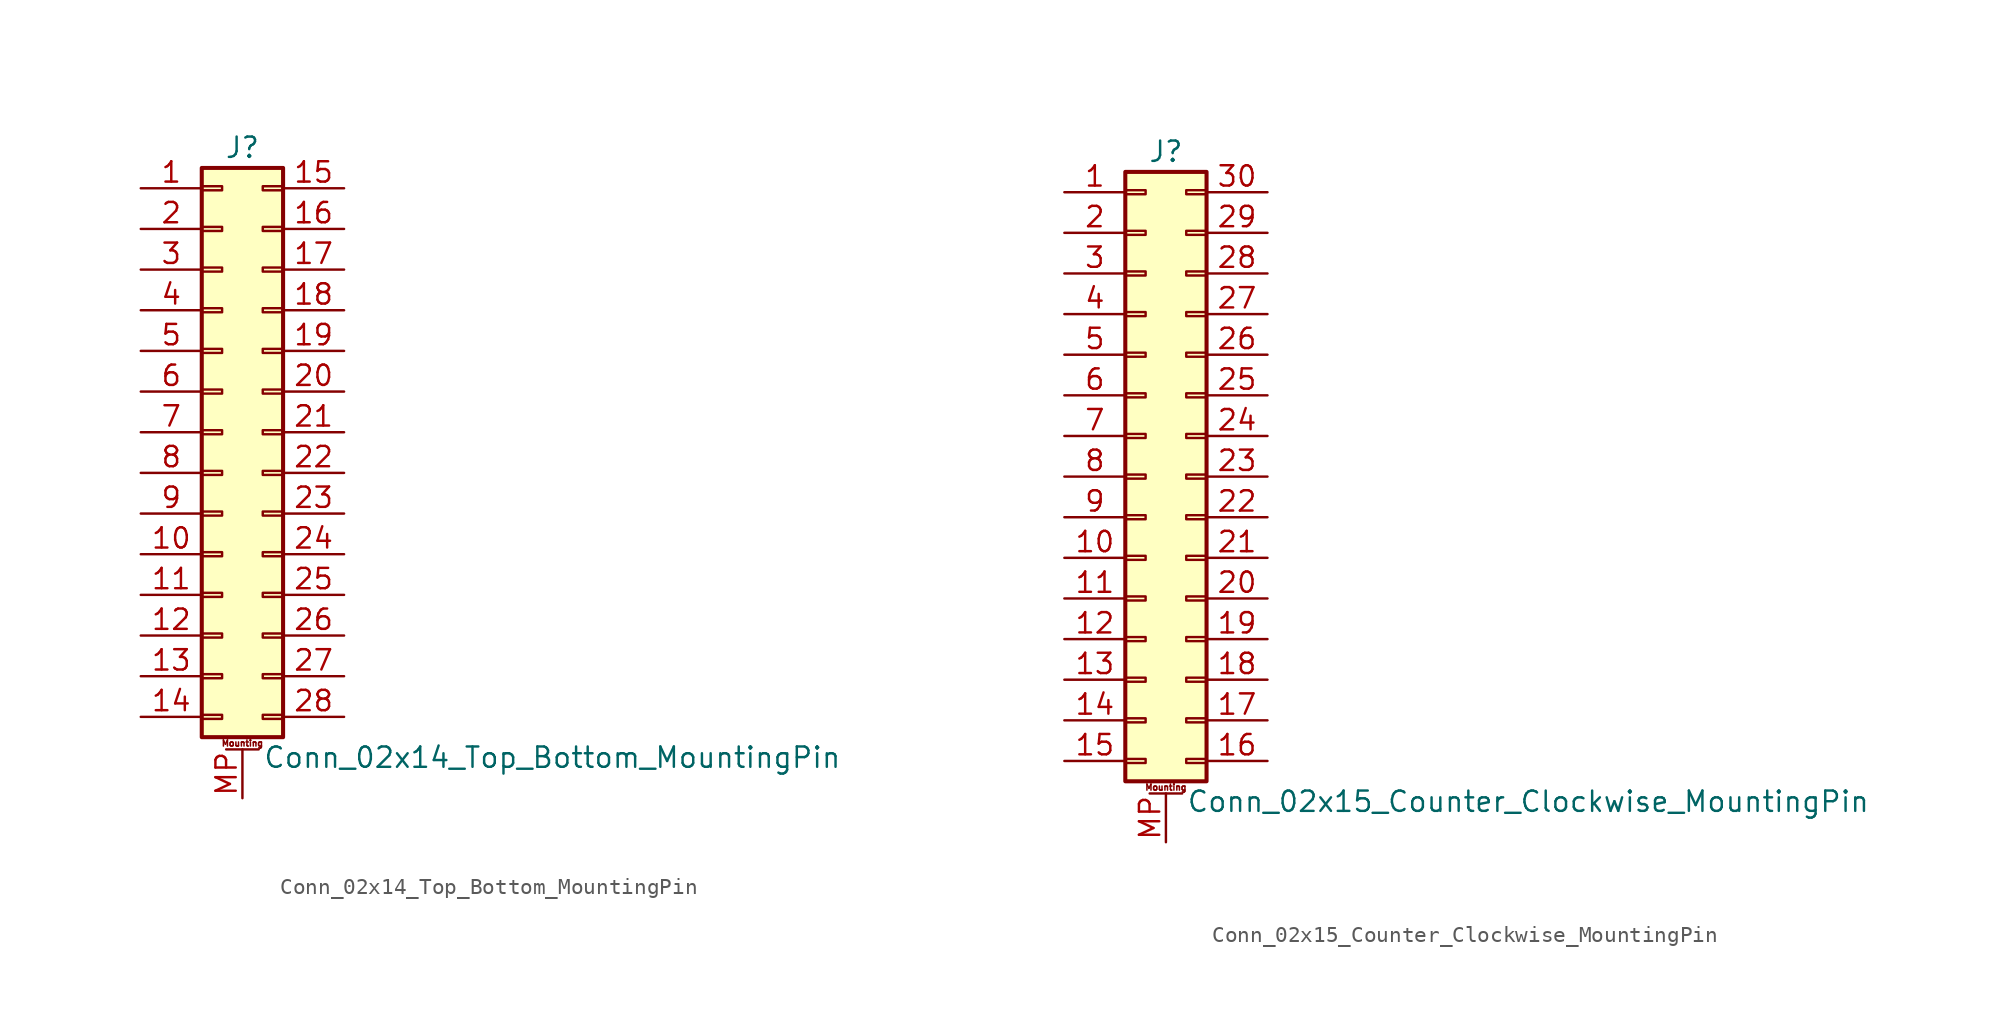
<source format=kicad_sym>
(kicad_symbol_lib
  (version 20211014)
  (generator kicad_symbol_editor)
  (symbol "Conn_02x14_Top_Bottom_MountingPin"
    (pin_names
      (offset 1.016) hide)
    (property "Reference" "J"
      (at 1.27 17.78 0)
      (effects (font (size 1.27 1.27))))
    (property "Value" "Conn_02x14_Top_Bottom_MountingPin"
      (at 2.54 -20.32 0)
      (effects (font (size 1.27 1.27)) (justify left)))
    (symbol "Conn_02x14_Top_Bottom_MountingPin_1_1"
      (rectangle (start -1.27 -17.653) (end 0 -17.907) (stroke (width 0.152) (type default) (color 0 0 0 0)) (fill (type none)))
      (rectangle (start -1.27 -15.113) (end 0 -15.367) (stroke (width 0.152) (type default) (color 0 0 0 0)) (fill (type none)))
      (rectangle (start -1.27 -12.573) (end 0 -12.827) (stroke (width 0.152) (type default) (color 0 0 0 0)) (fill (type none)))
      (rectangle (start -1.27 -10.033) (end 0 -10.287) (stroke (width 0.152) (type default) (color 0 0 0 0)) (fill (type none)))
      (rectangle (start -1.27 -7.493) (end 0 -7.747) (stroke (width 0.152) (type default) (color 0 0 0 0)) (fill (type none)))
      (rectangle (start -1.27 -4.953) (end 0 -5.207) (stroke (width 0.152) (type default) (color 0 0 0 0)) (fill (type none)))
      (rectangle (start -1.27 -2.413) (end 0 -2.667) (stroke (width 0.152) (type default) (color 0 0 0 0)) (fill (type none)))
      (rectangle (start -1.27 0.127) (end 0 -0.127) (stroke (width 0.152) (type default) (color 0 0 0 0)) (fill (type none)))
      (rectangle (start -1.27 2.667) (end 0 2.413) (stroke (width 0.152) (type default) (color 0 0 0 0)) (fill (type none)))
      (rectangle (start -1.27 5.207) (end 0 4.953) (stroke (width 0.152) (type default) (color 0 0 0 0)) (fill (type none)))
      (rectangle (start -1.27 7.747) (end 0 7.493) (stroke (width 0.152) (type default) (color 0 0 0 0)) (fill (type none)))
      (rectangle (start -1.27 10.287) (end 0 10.033) (stroke (width 0.152) (type default) (color 0 0 0 0)) (fill (type none)))
      (rectangle (start -1.27 12.827) (end 0 12.573) (stroke (width 0.152) (type default) (color 0 0 0 0)) (fill (type none)))
      (rectangle (start -1.27 15.367) (end 0 15.113) (stroke (width 0.152) (type default) (color 0 0 0 0)) (fill (type none)))
      (rectangle (start -1.27 16.51) (end 3.81 -19.05) (stroke (width 0.254) (type default) (color 0 0 0 0)) (fill (type background)))
      (polyline (pts (xy 0.254 -19.812) (xy 2.286 -19.812)) (stroke (width 0.152) (type default) (color 0 0 0 0)) (fill (type none)))
      (rectangle (start 3.81 -17.653) (end 2.54 -17.907) (stroke (width 0.152) (type default) (color 0 0 0 0)) (fill (type none)))
      (rectangle (start 3.81 -15.113) (end 2.54 -15.367) (stroke (width 0.152) (type default) (color 0 0 0 0)) (fill (type none)))
      (rectangle (start 3.81 -12.573) (end 2.54 -12.827) (stroke (width 0.152) (type default) (color 0 0 0 0)) (fill (type none)))
      (rectangle (start 3.81 -10.033) (end 2.54 -10.287) (stroke (width 0.152) (type default) (color 0 0 0 0)) (fill (type none)))
      (rectangle (start 3.81 -7.493) (end 2.54 -7.747) (stroke (width 0.152) (type default) (color 0 0 0 0)) (fill (type none)))
      (rectangle (start 3.81 -4.953) (end 2.54 -5.207) (stroke (width 0.152) (type default) (color 0 0 0 0)) (fill (type none)))
      (rectangle (start 3.81 -2.413) (end 2.54 -2.667) (stroke (width 0.152) (type default) (color 0 0 0 0)) (fill (type none)))
      (rectangle (start 3.81 0.127) (end 2.54 -0.127) (stroke (width 0.152) (type default) (color 0 0 0 0)) (fill (type none)))
      (rectangle (start 3.81 2.667) (end 2.54 2.413) (stroke (width 0.152) (type default) (color 0 0 0 0)) (fill (type none)))
      (rectangle (start 3.81 5.207) (end 2.54 4.953) (stroke (width 0.152) (type default) (color 0 0 0 0)) (fill (type none)))
      (rectangle (start 3.81 7.747) (end 2.54 7.493) (stroke (width 0.152) (type default) (color 0 0 0 0)) (fill (type none)))
      (rectangle (start 3.81 10.287) (end 2.54 10.033) (stroke (width 0.152) (type default) (color 0 0 0 0)) (fill (type none)))
      (rectangle (start 3.81 12.827) (end 2.54 12.573) (stroke (width 0.152) (type default) (color 0 0 0 0)) (fill (type none)))
      (rectangle (start 3.81 15.367) (end 2.54 15.113) (stroke (width 0.152) (type default) (color 0 0 0 0)) (fill (type none)))
      (text "Mounting" (at 1.27 -19.431 0) (effects (font (size 0.381 0.381))))
      (pin passive line (at -5.08 15.24 0) (length 3.81) (name "Pin_1" (effects (font (size 1.27 1.27)))) (number "1" (effects (font (size 1.27 1.27)))))
      (pin passive line (at -5.08 -7.62 0) (length 3.81) (name "Pin_10" (effects (font (size 1.27 1.27)))) (number "10" (effects (font (size 1.27 1.27)))))
      (pin passive line (at -5.08 -10.16 0) (length 3.81) (name "Pin_11" (effects (font (size 1.27 1.27)))) (number "11" (effects (font (size 1.27 1.27)))))
      (pin passive line (at -5.08 -12.7 0) (length 3.81) (name "Pin_12" (effects (font (size 1.27 1.27)))) (number "12" (effects (font (size 1.27 1.27)))))
      (pin passive line (at -5.08 -15.24 0) (length 3.81) (name "Pin_13" (effects (font (size 1.27 1.27)))) (number "13" (effects (font (size 1.27 1.27)))))
      (pin passive line (at -5.08 -17.78 0) (length 3.81) (name "Pin_14" (effects (font (size 1.27 1.27)))) (number "14" (effects (font (size 1.27 1.27)))))
      (pin passive line (at 7.62 15.24 180) (length 3.81) (name "Pin_15" (effects (font (size 1.27 1.27)))) (number "15" (effects (font (size 1.27 1.27)))))
      (pin passive line (at 7.62 12.7 180) (length 3.81) (name "Pin_16" (effects (font (size 1.27 1.27)))) (number "16" (effects (font (size 1.27 1.27)))))
      (pin passive line (at 7.62 10.16 180) (length 3.81) (name "Pin_17" (effects (font (size 1.27 1.27)))) (number "17" (effects (font (size 1.27 1.27)))))
      (pin passive line (at 7.62 7.62 180) (length 3.81) (name "Pin_18" (effects (font (size 1.27 1.27)))) (number "18" (effects (font (size 1.27 1.27)))))
      (pin passive line (at 7.62 5.08 180) (length 3.81) (name "Pin_19" (effects (font (size 1.27 1.27)))) (number "19" (effects (font (size 1.27 1.27)))))
      (pin passive line (at -5.08 12.7 0) (length 3.81) (name "Pin_2" (effects (font (size 1.27 1.27)))) (number "2" (effects (font (size 1.27 1.27)))))
      (pin passive line (at 7.62 2.54 180) (length 3.81) (name "Pin_20" (effects (font (size 1.27 1.27)))) (number "20" (effects (font (size 1.27 1.27)))))
      (pin passive line (at 7.62 0 180) (length 3.81) (name "Pin_21" (effects (font (size 1.27 1.27)))) (number "21" (effects (font (size 1.27 1.27)))))
      (pin passive line (at 7.62 -2.54 180) (length 3.81) (name "Pin_22" (effects (font (size 1.27 1.27)))) (number "22" (effects (font (size 1.27 1.27)))))
      (pin passive line (at 7.62 -5.08 180) (length 3.81) (name "Pin_23" (effects (font (size 1.27 1.27)))) (number "23" (effects (font (size 1.27 1.27)))))
      (pin passive line (at 7.62 -7.62 180) (length 3.81) (name "Pin_24" (effects (font (size 1.27 1.27)))) (number "24" (effects (font (size 1.27 1.27)))))
      (pin passive line (at 7.62 -10.16 180) (length 3.81) (name "Pin_25" (effects (font (size 1.27 1.27)))) (number "25" (effects (font (size 1.27 1.27)))))
      (pin passive line (at 7.62 -12.7 180) (length 3.81) (name "Pin_26" (effects (font (size 1.27 1.27)))) (number "26" (effects (font (size 1.27 1.27)))))
      (pin passive line (at 7.62 -15.24 180) (length 3.81) (name "Pin_27" (effects (font (size 1.27 1.27)))) (number "27" (effects (font (size 1.27 1.27)))))
      (pin passive line (at 7.62 -17.78 180) (length 3.81) (name "Pin_28" (effects (font (size 1.27 1.27)))) (number "28" (effects (font (size 1.27 1.27)))))
      (pin passive line (at -5.08 10.16 0) (length 3.81) (name "Pin_3" (effects (font (size 1.27 1.27)))) (number "3" (effects (font (size 1.27 1.27)))))
      (pin passive line (at -5.08 7.62 0) (length 3.81) (name "Pin_4" (effects (font (size 1.27 1.27)))) (number "4" (effects (font (size 1.27 1.27)))))
      (pin passive line (at -5.08 5.08 0) (length 3.81) (name "Pin_5" (effects (font (size 1.27 1.27)))) (number "5" (effects (font (size 1.27 1.27)))))
      (pin passive line (at -5.08 2.54 0) (length 3.81) (name "Pin_6" (effects (font (size 1.27 1.27)))) (number "6" (effects (font (size 1.27 1.27)))))
      (pin passive line (at -5.08 0 0) (length 3.81) (name "Pin_7" (effects (font (size 1.27 1.27)))) (number "7" (effects (font (size 1.27 1.27)))))
      (pin passive line (at -5.08 -2.54 0) (length 3.81) (name "Pin_8" (effects (font (size 1.27 1.27)))) (number "8" (effects (font (size 1.27 1.27)))))
      (pin passive line (at -5.08 -5.08 0) (length 3.81) (name "Pin_9" (effects (font (size 1.27 1.27)))) (number "9" (effects (font (size 1.27 1.27)))))
      (pin passive line (at 1.27 -22.86 90) (length 3.048) (name "MountPin" (effects (font (size 1.27 1.27)))) (number "MP" (effects (font (size 1.27 1.27)))))))
  (symbol "Conn_02x15_Counter_Clockwise_MountingPin"
    (pin_names
      (offset 1.016) hide)
    (property "Reference" "J"
      (at 1.27 20.32 0)
      (effects (font (size 1.27 1.27))))
    (property "Value" "Conn_02x15_Counter_Clockwise_MountingPin"
      (at 2.54 -20.32 0)
      (effects (font (size 1.27 1.27)) (justify left)))
    (symbol "Conn_02x15_Counter_Clockwise_MountingPin_1_1"
      (rectangle (start -1.27 -17.653) (end 0 -17.907) (stroke (width 0.152) (type default) (color 0 0 0 0)) (fill (type none)))
      (rectangle (start -1.27 -15.113) (end 0 -15.367) (stroke (width 0.152) (type default) (color 0 0 0 0)) (fill (type none)))
      (rectangle (start -1.27 -12.573) (end 0 -12.827) (stroke (width 0.152) (type default) (color 0 0 0 0)) (fill (type none)))
      (rectangle (start -1.27 -10.033) (end 0 -10.287) (stroke (width 0.152) (type default) (color 0 0 0 0)) (fill (type none)))
      (rectangle (start -1.27 -7.493) (end 0 -7.747) (stroke (width 0.152) (type default) (color 0 0 0 0)) (fill (type none)))
      (rectangle (start -1.27 -4.953) (end 0 -5.207) (stroke (width 0.152) (type default) (color 0 0 0 0)) (fill (type none)))
      (rectangle (start -1.27 -2.413) (end 0 -2.667) (stroke (width 0.152) (type default) (color 0 0 0 0)) (fill (type none)))
      (rectangle (start -1.27 0.127) (end 0 -0.127) (stroke (width 0.152) (type default) (color 0 0 0 0)) (fill (type none)))
      (rectangle (start -1.27 2.667) (end 0 2.413) (stroke (width 0.152) (type default) (color 0 0 0 0)) (fill (type none)))
      (rectangle (start -1.27 5.207) (end 0 4.953) (stroke (width 0.152) (type default) (color 0 0 0 0)) (fill (type none)))
      (rectangle (start -1.27 7.747) (end 0 7.493) (stroke (width 0.152) (type default) (color 0 0 0 0)) (fill (type none)))
      (rectangle (start -1.27 10.287) (end 0 10.033) (stroke (width 0.152) (type default) (color 0 0 0 0)) (fill (type none)))
      (rectangle (start -1.27 12.827) (end 0 12.573) (stroke (width 0.152) (type default) (color 0 0 0 0)) (fill (type none)))
      (rectangle (start -1.27 15.367) (end 0 15.113) (stroke (width 0.152) (type default) (color 0 0 0 0)) (fill (type none)))
      (rectangle (start -1.27 17.907) (end 0 17.653) (stroke (width 0.152) (type default) (color 0 0 0 0)) (fill (type none)))
      (rectangle (start -1.27 19.05) (end 3.81 -19.05) (stroke (width 0.254) (type default) (color 0 0 0 0)) (fill (type background)))
      (polyline (pts (xy 0.254 -19.812) (xy 2.286 -19.812)) (stroke (width 0.152) (type default) (color 0 0 0 0)) (fill (type none)))
      (rectangle (start 3.81 -17.653) (end 2.54 -17.907) (stroke (width 0.152) (type default) (color 0 0 0 0)) (fill (type none)))
      (rectangle (start 3.81 -15.113) (end 2.54 -15.367) (stroke (width 0.152) (type default) (color 0 0 0 0)) (fill (type none)))
      (rectangle (start 3.81 -12.573) (end 2.54 -12.827) (stroke (width 0.152) (type default) (color 0 0 0 0)) (fill (type none)))
      (rectangle (start 3.81 -10.033) (end 2.54 -10.287) (stroke (width 0.152) (type default) (color 0 0 0 0)) (fill (type none)))
      (rectangle (start 3.81 -7.493) (end 2.54 -7.747) (stroke (width 0.152) (type default) (color 0 0 0 0)) (fill (type none)))
      (rectangle (start 3.81 -4.953) (end 2.54 -5.207) (stroke (width 0.152) (type default) (color 0 0 0 0)) (fill (type none)))
      (rectangle (start 3.81 -2.413) (end 2.54 -2.667) (stroke (width 0.152) (type default) (color 0 0 0 0)) (fill (type none)))
      (rectangle (start 3.81 0.127) (end 2.54 -0.127) (stroke (width 0.152) (type default) (color 0 0 0 0)) (fill (type none)))
      (rectangle (start 3.81 2.667) (end 2.54 2.413) (stroke (width 0.152) (type default) (color 0 0 0 0)) (fill (type none)))
      (rectangle (start 3.81 5.207) (end 2.54 4.953) (stroke (width 0.152) (type default) (color 0 0 0 0)) (fill (type none)))
      (rectangle (start 3.81 7.747) (end 2.54 7.493) (stroke (width 0.152) (type default) (color 0 0 0 0)) (fill (type none)))
      (rectangle (start 3.81 10.287) (end 2.54 10.033) (stroke (width 0.152) (type default) (color 0 0 0 0)) (fill (type none)))
      (rectangle (start 3.81 12.827) (end 2.54 12.573) (stroke (width 0.152) (type default) (color 0 0 0 0)) (fill (type none)))
      (rectangle (start 3.81 15.367) (end 2.54 15.113) (stroke (width 0.152) (type default) (color 0 0 0 0)) (fill (type none)))
      (rectangle (start 3.81 17.907) (end 2.54 17.653) (stroke (width 0.152) (type default) (color 0 0 0 0)) (fill (type none)))
      (text "Mounting" (at 1.27 -19.431 0) (effects (font (size 0.381 0.381))))
      (pin passive line (at -5.08 17.78 0) (length 3.81) (name "Pin_1" (effects (font (size 1.27 1.27)))) (number "1" (effects (font (size 1.27 1.27)))))
      (pin passive line (at -5.08 -5.08 0) (length 3.81) (name "Pin_10" (effects (font (size 1.27 1.27)))) (number "10" (effects (font (size 1.27 1.27)))))
      (pin passive line (at -5.08 -7.62 0) (length 3.81) (name "Pin_11" (effects (font (size 1.27 1.27)))) (number "11" (effects (font (size 1.27 1.27)))))
      (pin passive line (at -5.08 -10.16 0) (length 3.81) (name "Pin_12" (effects (font (size 1.27 1.27)))) (number "12" (effects (font (size 1.27 1.27)))))
      (pin passive line (at -5.08 -12.7 0) (length 3.81) (name "Pin_13" (effects (font (size 1.27 1.27)))) (number "13" (effects (font (size 1.27 1.27)))))
      (pin passive line (at -5.08 -15.24 0) (length 3.81) (name "Pin_14" (effects (font (size 1.27 1.27)))) (number "14" (effects (font (size 1.27 1.27)))))
      (pin passive line (at -5.08 -17.78 0) (length 3.81) (name "Pin_15" (effects (font (size 1.27 1.27)))) (number "15" (effects (font (size 1.27 1.27)))))
      (pin passive line (at 7.62 -17.78 180) (length 3.81) (name "Pin_16" (effects (font (size 1.27 1.27)))) (number "16" (effects (font (size 1.27 1.27)))))
      (pin passive line (at 7.62 -15.24 180) (length 3.81) (name "Pin_17" (effects (font (size 1.27 1.27)))) (number "17" (effects (font (size 1.27 1.27)))))
      (pin passive line (at 7.62 -12.7 180) (length 3.81) (name "Pin_18" (effects (font (size 1.27 1.27)))) (number "18" (effects (font (size 1.27 1.27)))))
      (pin passive line (at 7.62 -10.16 180) (length 3.81) (name "Pin_19" (effects (font (size 1.27 1.27)))) (number "19" (effects (font (size 1.27 1.27)))))
      (pin passive line (at -5.08 15.24 0) (length 3.81) (name "Pin_2" (effects (font (size 1.27 1.27)))) (number "2" (effects (font (size 1.27 1.27)))))
      (pin passive line (at 7.62 -7.62 180) (length 3.81) (name "Pin_20" (effects (font (size 1.27 1.27)))) (number "20" (effects (font (size 1.27 1.27)))))
      (pin passive line (at 7.62 -5.08 180) (length 3.81) (name "Pin_21" (effects (font (size 1.27 1.27)))) (number "21" (effects (font (size 1.27 1.27)))))
      (pin passive line (at 7.62 -2.54 180) (length 3.81) (name "Pin_22" (effects (font (size 1.27 1.27)))) (number "22" (effects (font (size 1.27 1.27)))))
      (pin passive line (at 7.62 0 180) (length 3.81) (name "Pin_23" (effects (font (size 1.27 1.27)))) (number "23" (effects (font (size 1.27 1.27)))))
      (pin passive line (at 7.62 2.54 180) (length 3.81) (name "Pin_24" (effects (font (size 1.27 1.27)))) (number "24" (effects (font (size 1.27 1.27)))))
      (pin passive line (at 7.62 5.08 180) (length 3.81) (name "Pin_25" (effects (font (size 1.27 1.27)))) (number "25" (effects (font (size 1.27 1.27)))))
      (pin passive line (at 7.62 7.62 180) (length 3.81) (name "Pin_26" (effects (font (size 1.27 1.27)))) (number "26" (effects (font (size 1.27 1.27)))))
      (pin passive line (at 7.62 10.16 180) (length 3.81) (name "Pin_27" (effects (font (size 1.27 1.27)))) (number "27" (effects (font (size 1.27 1.27)))))
      (pin passive line (at 7.62 12.7 180) (length 3.81) (name "Pin_28" (effects (font (size 1.27 1.27)))) (number "28" (effects (font (size 1.27 1.27)))))
      (pin passive line (at 7.62 15.24 180) (length 3.81) (name "Pin_29" (effects (font (size 1.27 1.27)))) (number "29" (effects (font (size 1.27 1.27)))))
      (pin passive line (at -5.08 12.7 0) (length 3.81) (name "Pin_3" (effects (font (size 1.27 1.27)))) (number "3" (effects (font (size 1.27 1.27)))))
      (pin passive line (at 7.62 17.78 180) (length 3.81) (name "Pin_30" (effects (font (size 1.27 1.27)))) (number "30" (effects (font (size 1.27 1.27)))))
      (pin passive line (at -5.08 10.16 0) (length 3.81) (name "Pin_4" (effects (font (size 1.27 1.27)))) (number "4" (effects (font (size 1.27 1.27)))))
      (pin passive line (at -5.08 7.62 0) (length 3.81) (name "Pin_5" (effects (font (size 1.27 1.27)))) (number "5" (effects (font (size 1.27 1.27)))))
      (pin passive line (at -5.08 5.08 0) (length 3.81) (name "Pin_6" (effects (font (size 1.27 1.27)))) (number "6" (effects (font (size 1.27 1.27)))))
      (pin passive line (at -5.08 2.54 0) (length 3.81) (name "Pin_7" (effects (font (size 1.27 1.27)))) (number "7" (effects (font (size 1.27 1.27)))))
      (pin passive line (at -5.08 0 0) (length 3.81) (name "Pin_8" (effects (font (size 1.27 1.27)))) (number "8" (effects (font (size 1.27 1.27)))))
      (pin passive line (at -5.08 -2.54 0) (length 3.81) (name "Pin_9" (effects (font (size 1.27 1.27)))) (number "9" (effects (font (size 1.27 1.27)))))
      (pin passive line (at 1.27 -22.86 90) (length 3.048) (name "MountPin" (effects (font (size 1.27 1.27)))) (number "MP" (effects (font (size 1.27 1.27))))))))
</source>
